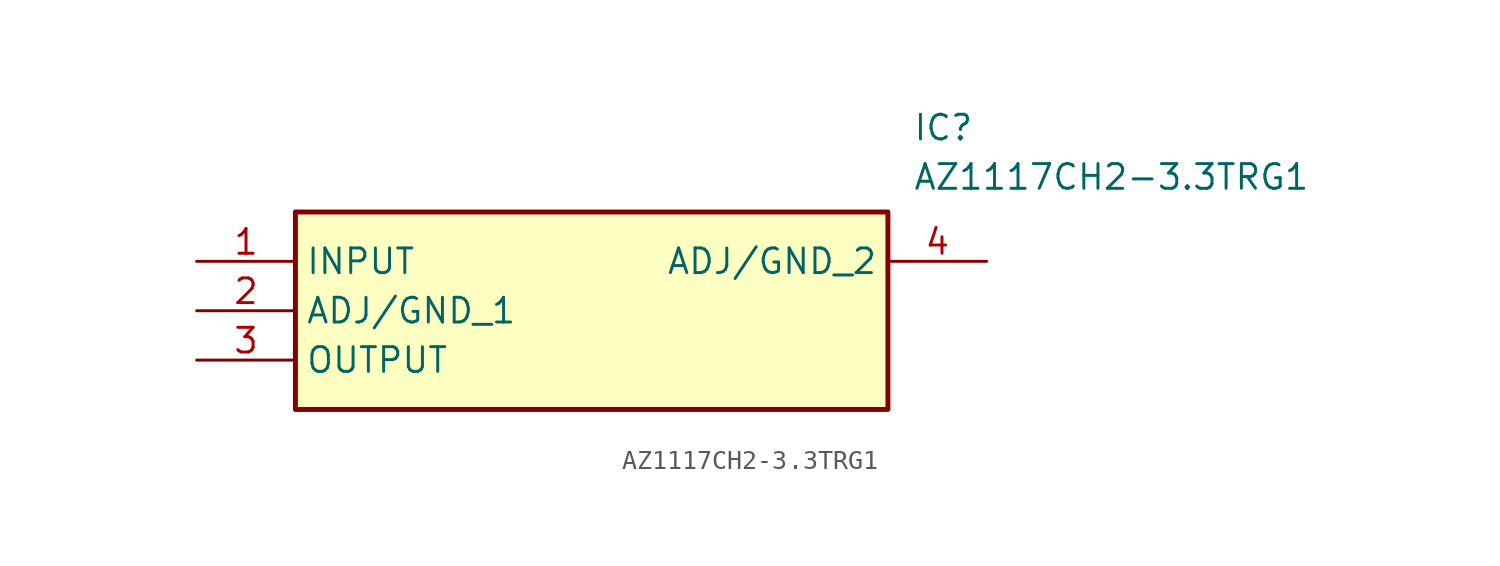
<source format=kicad_sym>
(kicad_symbol_lib
  (version 20211014)
  (generator SamacSys_ECAD_Model)
  (symbol "AZ1117CH2-3.3TRG1"
    (property "Reference" "IC"
      (at 36.83 7.62 0)
      (effects (font (size 1.27 1.27)) (justify left top)))
    (property "Value" "AZ1117CH2-3.3TRG1"
      (at 36.83 5.08 0)
      (effects (font (size 1.27 1.27)) (justify left top)))
    (rectangle
      (start 5.08 2.54)
      (end 35.56 -7.62)
      (stroke (width 0.254) (type default))
      (fill (type background)))
    (pin passive line
      (at 0 0 0)
      (length 5.08)
      (name "INPUT" (effects (font (size 1.27 1.27))))
      (number "1" (effects (font (size 1.27 1.27)))))
    (pin passive line
      (at 0 -2.54 0)
      (length 5.08)
      (name "ADJ/GND_1" (effects (font (size 1.27 1.27))))
      (number "2" (effects (font (size 1.27 1.27)))))
    (pin passive line
      (at 0 -5.08 0)
      (length 5.08)
      (name "OUTPUT" (effects (font (size 1.27 1.27))))
      (number "3" (effects (font (size 1.27 1.27)))))
    (pin passive line
      (at 40.64 0 180)
      (length 5.08)
      (name "ADJ/GND_2" (effects (font (size 1.27 1.27))))
      (number "4" (effects (font (size 1.27 1.27)))))))
</source>
